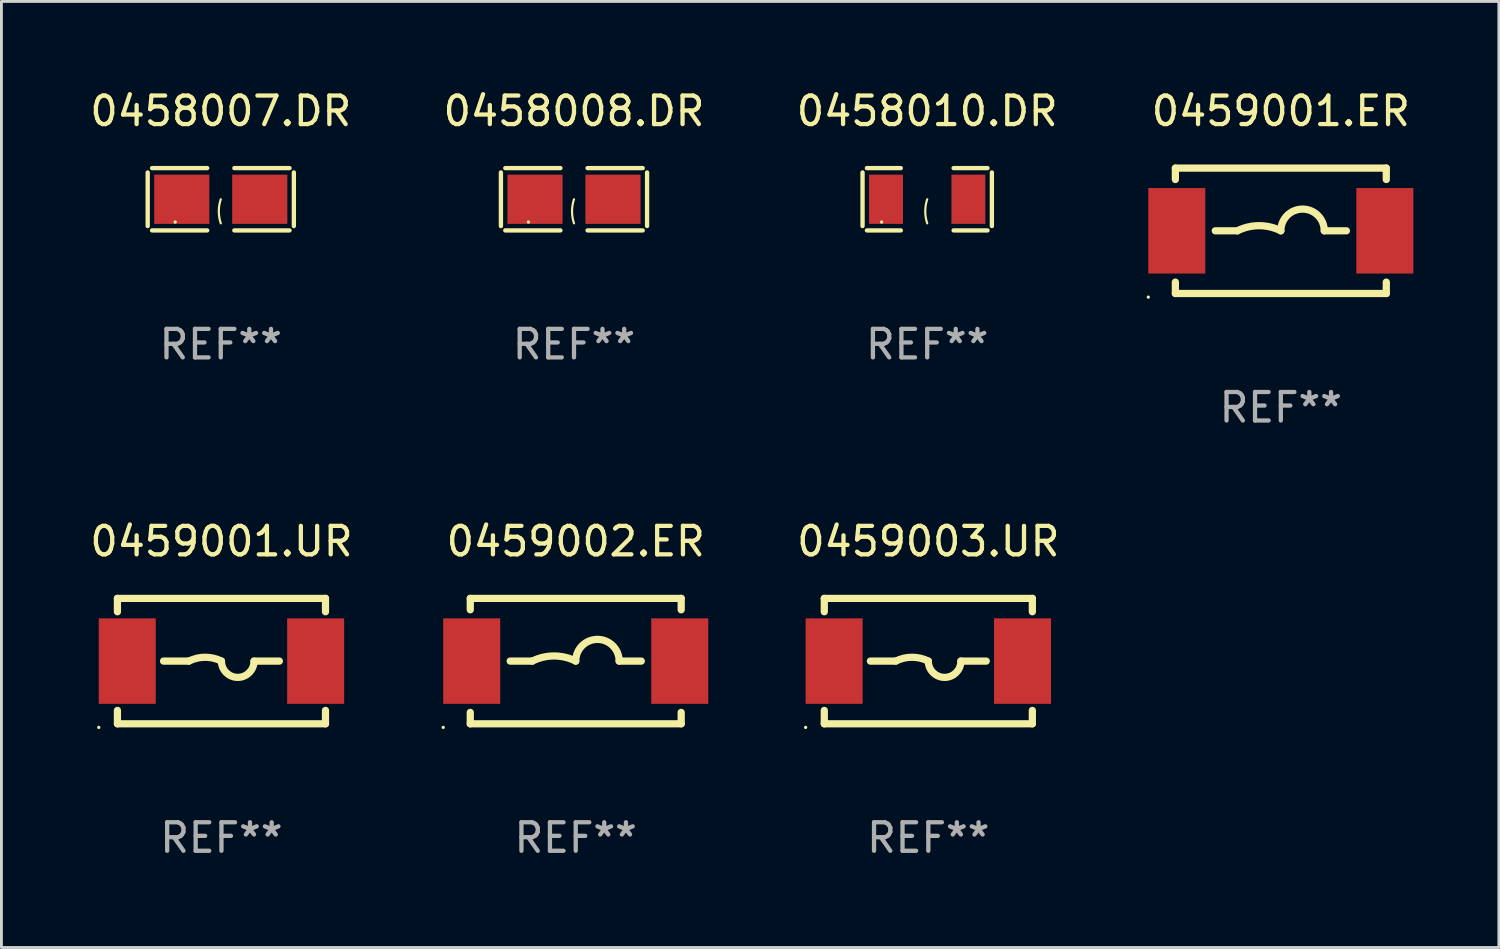
<source format=kicad_pcb>
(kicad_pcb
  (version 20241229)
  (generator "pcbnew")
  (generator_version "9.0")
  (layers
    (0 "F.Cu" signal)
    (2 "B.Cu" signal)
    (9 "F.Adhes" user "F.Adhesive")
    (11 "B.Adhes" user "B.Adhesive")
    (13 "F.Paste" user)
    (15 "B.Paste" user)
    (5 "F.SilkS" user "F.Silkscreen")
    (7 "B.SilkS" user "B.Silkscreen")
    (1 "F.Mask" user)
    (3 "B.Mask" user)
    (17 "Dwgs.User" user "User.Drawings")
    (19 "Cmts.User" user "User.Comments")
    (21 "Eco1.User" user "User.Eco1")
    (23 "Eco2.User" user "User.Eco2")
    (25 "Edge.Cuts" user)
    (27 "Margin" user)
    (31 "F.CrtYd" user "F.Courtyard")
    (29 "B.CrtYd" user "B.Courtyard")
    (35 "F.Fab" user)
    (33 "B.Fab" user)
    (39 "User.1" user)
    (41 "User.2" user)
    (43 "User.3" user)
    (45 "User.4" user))
  (footprint "0459001.UR"
    (layer "F.Cu")
    (at 4.72 20.145)
    (property "Reference" "0459001.UR" (at 0 -4.2 0) (layer "F.SilkS") (effects (font (size 1 1) (thickness 0.15))))
    (attr through_hole)
    (fp_line (start -3.65 -2.2) (end -3.65 -1.731) (stroke (width 0.254) (type solid)) (layer "F.SilkS"))
    (fp_line (start -3.65 -2.2) (end 3.65 -2.2) (stroke (width 0.254) (type solid)) (layer "F.SilkS"))
    (fp_line (start -3.65 1.731) (end -3.65 2.2) (stroke (width 0.254) (type solid)) (layer "F.SilkS"))
    (fp_line (start -3.65 2.2) (end 3.65 2.2) (stroke (width 0.254) (type solid)) (layer "F.SilkS"))
    (fp_line (start -2.032 0) (end -1.143 0) (stroke (width 0.254) (type solid)) (layer "F.SilkS"))
    (fp_line (start 2.032 0) (end 1.143 0) (stroke (width 0.254) (type solid)) (layer "F.SilkS"))
    (fp_line (start 3.65 -2.2) (end 3.65 -1.731) (stroke (width 0.254) (type solid)) (layer "F.SilkS"))
    (fp_line (start 3.65 1.731) (end 3.65 2.2) (stroke (width 0.254) (type solid)) (layer "F.SilkS"))
    (fp_arc (start -1.14299 0) (mid -0.571489 -0.134914) (end 0.000012 -0.000001) (stroke (width 0.254001) (type solid)) (layer "F.SilkS"))
    (fp_arc (start 1.143015 0) (mid 0.571285 0.57173) (end -0.000445 0) (stroke (width 0.254001) (type solid)) (layer "F.SilkS"))
    (fp_circle (center -4.305 2.327) (end -4.275 2.327) (stroke (width 0.06) (type solid)) (fill no) (layer "F.SilkS"))
    (fp_text user "REF**" (at 0 6.2 0) (layer "F.Fab") (effects (font (size 1 1) (thickness 0.15))))
    (pad "1" smd rect (at -3.305 0) (size 2 3) (layers "F.Cu" "F.Mask" "F.Paste"))
    (pad "2" smd rect (at 3.305 0) (size 2 3) (layers "F.Cu" "F.Mask" "F.Paste")))
  (footprint "0458007.DR"
    (layer "F.Cu")
    (at 4.696 3.941)
    (property "Reference" "0458007.DR" (at 0 -3.093 0) (layer "F.SilkS") (effects (font (size 1 1) (thickness 0.15))))
    (attr through_hole)
    (fp_line (start -2.564 -0.94) (end -2.564 0.94) (stroke (width 0.152) (type solid)) (layer "F.SilkS"))
    (fp_line (start -2.411 1.093) (end -0.476 1.093) (stroke (width 0.152) (type solid)) (layer "F.SilkS"))
    (fp_line (start -0.476 -1.093) (end -2.411 -1.093) (stroke (width 0.152) (type solid)) (layer "F.SilkS"))
    (fp_line (start 0.476 -1.093) (end 2.411 -1.093) (stroke (width 0.152) (type solid)) (layer "F.SilkS"))
    (fp_line (start 2.411 1.093) (end 0.476 1.093) (stroke (width 0.152) (type solid)) (layer "F.SilkS"))
    (fp_line (start 2.564 -0.94) (end 2.564 0.94) (stroke (width 0.152) (type solid)) (layer "F.SilkS"))
    (fp_arc (start 0 0.844951) (mid -0.068559 0.422475) (end 0 0) (stroke (width 0.0762) (type solid)) (layer "F.SilkS"))
    (fp_circle (center -1.6 0.8) (end -1.57 0.8) (stroke (width 0.06) (type solid)) (fill no) (layer "F.SilkS"))
    (fp_text user "REF**" (at 0 5.093 0) (layer "F.Fab") (effects (font (size 1 1) (thickness 0.15))))
    (pad "1" smd rect (at -1.368 0) (size 1.935 1.728) (layers "F.Cu" "F.Mask" "F.Paste"))
    (pad "2" smd rect (at 1.368 0) (size 1.935 1.728) (layers "F.Cu" "F.Mask" "F.Paste")))
  (footprint "0459002.ER"
    (layer "F.Cu")
    (at 17.15 20.145)
    (property "Reference" "0459002.ER" (at 0 -4.2 0) (layer "F.SilkS") (effects (font (size 1 1) (thickness 0.15))))
    (attr through_hole)
    (fp_line (start -3.7 -2.2) (end 3.7 -2.2) (stroke (width 0.254) (type solid)) (layer "F.SilkS"))
    (fp_line (start -3.7 -1.8) (end -3.7 -2.2) (stroke (width 0.254) (type solid)) (layer "F.SilkS"))
    (fp_line (start -3.7 2.2) (end -3.7 1.8) (stroke (width 0.254) (type solid)) (layer "F.SilkS"))
    (fp_line (start -2.3 0) (end -1.524 0) (stroke (width 0.254) (type solid)) (layer "F.SilkS"))
    (fp_line (start 2.3 0) (end 1.524 0) (stroke (width 0.254) (type solid)) (layer "F.SilkS"))
    (fp_line (start 3.7 -1.8) (end 3.7 -2.2) (stroke (width 0.254) (type solid)) (layer "F.SilkS"))
    (fp_line (start 3.7 2.2) (end -3.7 2.2) (stroke (width 0.254) (type solid)) (layer "F.SilkS"))
    (fp_line (start 3.7 2.2) (end 3.7 1.8) (stroke (width 0.254) (type solid)) (layer "F.SilkS"))
    (fp_arc (start -1.524003 0) (mid -0.762002 -0.179884) (end 0 0) (stroke (width 0.254001) (type solid)) (layer "F.SilkS"))
    (fp_arc (start 0.000001 0) (mid 0.762002 -0.762001) (end 1.524003 0) (stroke (width 0.254001) (type solid)) (layer "F.SilkS"))
    (fp_circle (center -4.65 2.327) (end -4.62 2.327) (stroke (width 0.06) (type solid)) (fill no) (layer "F.SilkS"))
    (fp_text user "REF**" (at 0 6.2 0) (layer "F.Fab") (effects (font (size 1 1) (thickness 0.15))))
    (pad "1" smd rect (at -3.65 0 90) (size 3 2) (layers "F.Cu" "F.Mask" "F.Paste"))
    (pad "2" smd rect (at 3.65 0 90) (size 3 2) (layers "F.Cu" "F.Mask" "F.Paste")))
  (footprint "0458010.DR"
    (layer "F.Cu")
    (at 29.482 3.941)
    (property "Reference" "0458010.DR" (at 0 -3.093 0) (layer "F.SilkS") (effects (font (size 1 1) (thickness 0.15))))
    (attr through_hole)
    (fp_line (start -2.269 -0.94) (end -2.269 0.94) (stroke (width 0.152) (type solid)) (layer "F.SilkS"))
    (fp_line (start -2.116 1.093) (end -0.926 1.093) (stroke (width 0.152) (type solid)) (layer "F.SilkS"))
    (fp_line (start -0.926 -1.093) (end -2.116 -1.093) (stroke (width 0.152) (type solid)) (layer "F.SilkS"))
    (fp_line (start 0.926 -1.093) (end 2.116 -1.093) (stroke (width 0.152) (type solid)) (layer "F.SilkS"))
    (fp_line (start 2.116 1.093) (end 0.926 1.093) (stroke (width 0.152) (type solid)) (layer "F.SilkS"))
    (fp_line (start 2.269 -0.94) (end 2.269 0.94) (stroke (width 0.152) (type solid)) (layer "F.SilkS"))
    (fp_arc (start 0 0.844951) (mid -0.068559 0.422475) (end 0 0) (stroke (width 0.0762) (type solid)) (layer "F.SilkS"))
    (fp_circle (center -1.6 0.8) (end -1.57 0.8) (stroke (width 0.06) (type solid)) (fill no) (layer "F.SilkS"))
    (fp_text user "REF**" (at 0 5.093 0) (layer "F.Fab") (effects (font (size 1 1) (thickness 0.15))))
    (pad "1" smd rect (at -1.445 0) (size 1.19 1.728) (layers "F.Cu" "F.Mask" "F.Paste"))
    (pad "2" smd rect (at 1.445 0) (size 1.19 1.728) (layers "F.Cu" "F.Mask" "F.Paste")))
  (footprint "0458008.DR"
    (layer "F.Cu")
    (at 17.089 3.941)
    (property "Reference" "0458008.DR" (at 0 -3.093 0) (layer "F.SilkS") (effects (font (size 1 1) (thickness 0.15))))
    (attr through_hole)
    (fp_line (start -2.564 -0.94) (end -2.564 0.94) (stroke (width 0.152) (type solid)) (layer "F.SilkS"))
    (fp_line (start -2.411 1.093) (end -0.476 1.093) (stroke (width 0.152) (type solid)) (layer "F.SilkS"))
    (fp_line (start -0.476 -1.093) (end -2.411 -1.093) (stroke (width 0.152) (type solid)) (layer "F.SilkS"))
    (fp_line (start 0.476 -1.093) (end 2.411 -1.093) (stroke (width 0.152) (type solid)) (layer "F.SilkS"))
    (fp_line (start 2.411 1.093) (end 0.476 1.093) (stroke (width 0.152) (type solid)) (layer "F.SilkS"))
    (fp_line (start 2.564 -0.94) (end 2.564 0.94) (stroke (width 0.152) (type solid)) (layer "F.SilkS"))
    (fp_arc (start 0 0.844951) (mid -0.068559 0.422475) (end 0 0) (stroke (width 0.0762) (type solid)) (layer "F.SilkS"))
    (fp_circle (center -1.6 0.8) (end -1.57 0.8) (stroke (width 0.06) (type solid)) (fill no) (layer "F.SilkS"))
    (fp_text user "REF**" (at 0 5.093 0) (layer "F.Fab") (effects (font (size 1 1) (thickness 0.15))))
    (pad "1" smd rect (at -1.368 0) (size 1.935 1.728) (layers "F.Cu" "F.Mask" "F.Paste"))
    (pad "2" smd rect (at 1.368 0) (size 1.935 1.728) (layers "F.Cu" "F.Mask" "F.Paste")))
  (footprint "0459003.UR"
    (layer "F.Cu")
    (at 29.521 20.145)
    (property "Reference" "0459003.UR" (at 0 -4.2 0) (layer "F.SilkS") (effects (font (size 1 1) (thickness 0.15))))
    (attr through_hole)
    (fp_line (start -3.65 -2.2) (end -3.65 -1.731) (stroke (width 0.254) (type solid)) (layer "F.SilkS"))
    (fp_line (start -3.65 -2.2) (end 3.65 -2.2) (stroke (width 0.254) (type solid)) (layer "F.SilkS"))
    (fp_line (start -3.65 1.731) (end -3.65 2.2) (stroke (width 0.254) (type solid)) (layer "F.SilkS"))
    (fp_line (start -3.65 2.2) (end 3.65 2.2) (stroke (width 0.254) (type solid)) (layer "F.SilkS"))
    (fp_line (start -2.032 0) (end -1.143 0) (stroke (width 0.254) (type solid)) (layer "F.SilkS"))
    (fp_line (start 2.032 0) (end 1.143 0) (stroke (width 0.254) (type solid)) (layer "F.SilkS"))
    (fp_line (start 3.65 -2.2) (end 3.65 -1.731) (stroke (width 0.254) (type solid)) (layer "F.SilkS"))
    (fp_line (start 3.65 1.731) (end 3.65 2.2) (stroke (width 0.254) (type solid)) (layer "F.SilkS"))
    (fp_arc (start -1.14299 0) (mid -0.571489 -0.134914) (end 0.000012 -0.000001) (stroke (width 0.254001) (type solid)) (layer "F.SilkS"))
    (fp_arc (start 1.143015 0) (mid 0.571285 0.57173) (end -0.000445 0) (stroke (width 0.254001) (type solid)) (layer "F.SilkS"))
    (fp_circle (center -4.305 2.327) (end -4.275 2.327) (stroke (width 0.06) (type solid)) (fill no) (layer "F.SilkS"))
    (fp_text user "REF**" (at 0 6.2 0) (layer "F.Fab") (effects (font (size 1 1) (thickness 0.15))))
    (pad "1" smd rect (at -3.305 0) (size 2 3) (layers "F.Cu" "F.Mask" "F.Paste"))
    (pad "2" smd rect (at 3.305 0) (size 2 3) (layers "F.Cu" "F.Mask" "F.Paste")))
  (footprint "0459001.ER"
    (layer "F.Cu")
    (at 41.889 5.048)
    (property "Reference" "0459001.ER" (at 0 -4.2 0) (layer "F.SilkS") (effects (font (size 1 1) (thickness 0.15))))
    (attr through_hole)
    (fp_line (start -3.7 -2.2) (end 3.7 -2.2) (stroke (width 0.254) (type solid)) (layer "F.SilkS"))
    (fp_line (start -3.7 -1.8) (end -3.7 -2.2) (stroke (width 0.254) (type solid)) (layer "F.SilkS"))
    (fp_line (start -3.7 2.2) (end -3.7 1.8) (stroke (width 0.254) (type solid)) (layer "F.SilkS"))
    (fp_line (start -2.3 0) (end -1.524 0) (stroke (width 0.254) (type solid)) (layer "F.SilkS"))
    (fp_line (start 2.3 0) (end 1.524 0) (stroke (width 0.254) (type solid)) (layer "F.SilkS"))
    (fp_line (start 3.7 -1.8) (end 3.7 -2.2) (stroke (width 0.254) (type solid)) (layer "F.SilkS"))
    (fp_line (start 3.7 2.2) (end -3.7 2.2) (stroke (width 0.254) (type solid)) (layer "F.SilkS"))
    (fp_line (start 3.7 2.2) (end 3.7 1.8) (stroke (width 0.254) (type solid)) (layer "F.SilkS"))
    (fp_arc (start -1.524003 0) (mid -0.762002 -0.179884) (end 0 0) (stroke (width 0.254001) (type solid)) (layer "F.SilkS"))
    (fp_arc (start 0.000001 0) (mid 0.762002 -0.762001) (end 1.524003 0) (stroke (width 0.254001) (type solid)) (layer "F.SilkS"))
    (fp_circle (center -4.65 2.327) (end -4.62 2.327) (stroke (width 0.06) (type solid)) (fill no) (layer "F.SilkS"))
    (fp_text user "REF**" (at 0 6.2 0) (layer "F.Fab") (effects (font (size 1 1) (thickness 0.15))))
    (pad "1" smd rect (at -3.65 0 90) (size 3 2) (layers "F.Cu" "F.Mask" "F.Paste"))
    (pad "2" smd rect (at 3.65 0 90) (size 3 2) (layers "F.Cu" "F.Mask" "F.Paste")))
  (gr_rect
    (start -3 -3)
    (end 49.539 30.193)
    (stroke (width 0.1) (type default))
    (fill no)
    (layer "Edge.Cuts")))
</source>
